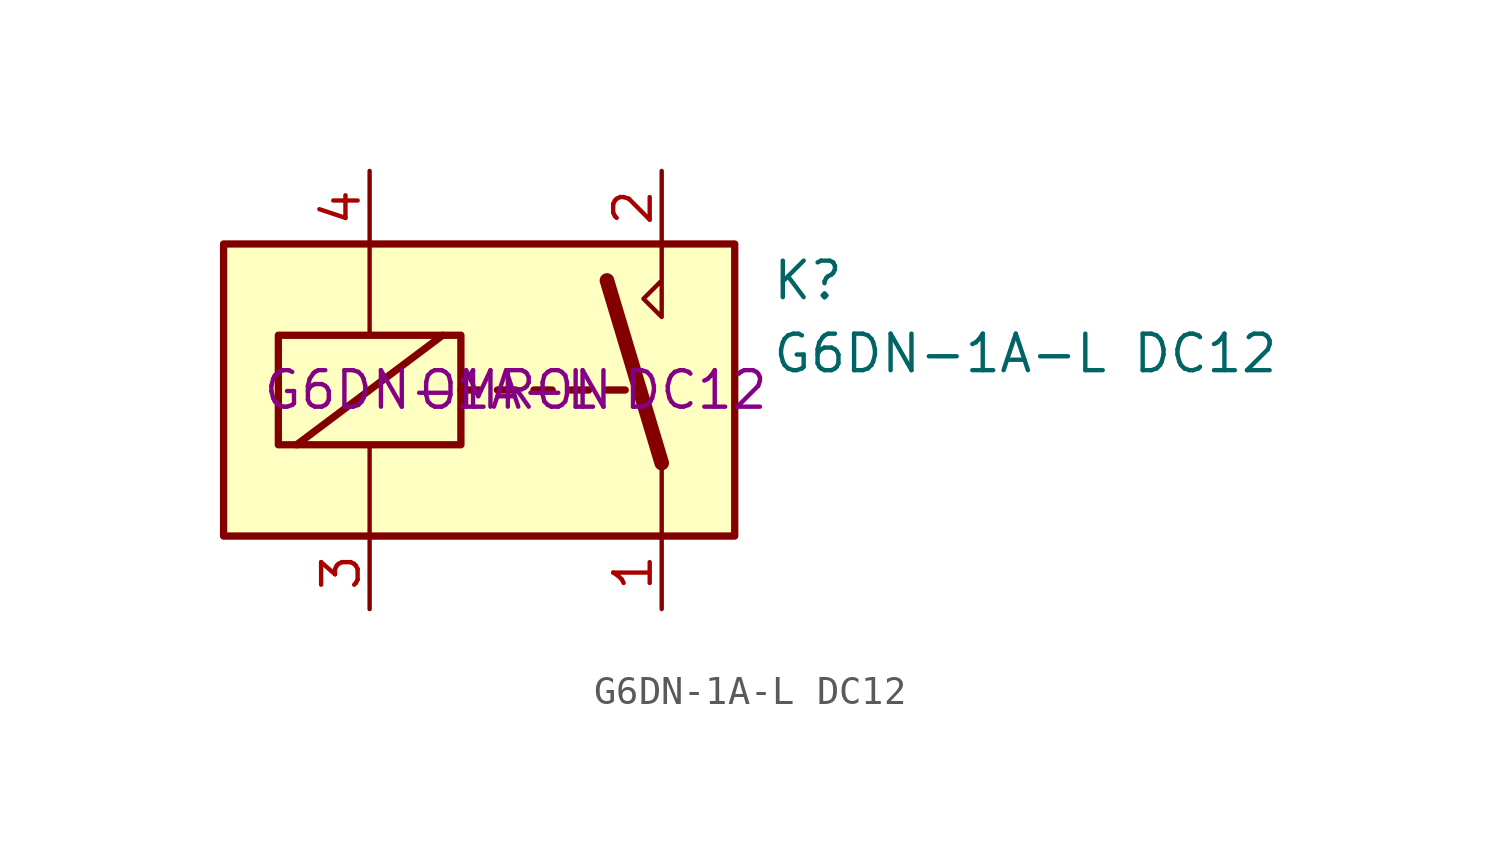
<source format=kicad_sym>
(kicad_symbol_lib
  (version 20231120)
  (generator "kicad_symbol_editor")
  (generator_version "8.0")
  (symbol "G6DN-1A-L DC12"
    (property "Reference" "K"
      (at 8.89 3.81 0)
      (effects (font (size 1.27 1.27)) (justify left)))
    (property "Value" "G6DN-1A-L DC12"
      (at 8.89 1.27 0)
      (effects (font (size 1.27 1.27)) (justify left)))
    (property "MPN" "G6DN-1A-L DC12"
      (at 0 0 0)
      (effects (font (size 1.27 1.27))))
    (property "Manufacturer" "OMRON"
      (at 0 0 0)
      (effects (font (size 1.27 1.27))))
    (symbol "G6DN-1A-L DC12_0_0"
      (polyline (pts (xy 5.08 5.08) (xy 5.08 2.54) (xy 4.445 3.175) (xy 5.08 3.81)) (stroke (width 0) (type default)) (fill (type none))))
    (symbol "G6DN-1A-L DC12_0_1"
      (rectangle (start -10.16 5.08) (end 7.62 -5.08) (stroke (width 0.254) (type default)) (fill (type background)))
      (rectangle (start -8.255 1.905) (end -1.905 -1.905) (stroke (width 0.254) (type default)) (fill (type none)))
      (polyline (pts (xy -7.62 -1.905) (xy -2.54 1.905)) (stroke (width 0.254) (type default)) (fill (type none)))
      (polyline (pts (xy -5.08 -5.08) (xy -5.08 -1.905)) (stroke (width 0) (type default)) (fill (type none)))
      (polyline (pts (xy -5.08 5.08) (xy -5.08 1.905)) (stroke (width 0) (type default)) (fill (type none)))
      (polyline (pts (xy -1.905 0) (xy -1.27 0)) (stroke (width 0.254) (type default)) (fill (type none)))
      (polyline (pts (xy -0.635 0) (xy 0 0)) (stroke (width 0.254) (type default)) (fill (type none)))
      (polyline (pts (xy 0.635 0) (xy 1.27 0)) (stroke (width 0.254) (type default)) (fill (type none)))
      (polyline (pts (xy 1.905 0) (xy 2.54 0)) (stroke (width 0.254) (type default)) (fill (type none)))
      (polyline (pts (xy 3.175 0) (xy 3.81 0)) (stroke (width 0.254) (type default)) (fill (type none)))
      (polyline (pts (xy 5.08 -2.54) (xy 3.175 3.81)) (stroke (width 0.508) (type default)) (fill (type none)))
      (polyline (pts (xy 5.08 -2.54) (xy 5.08 -5.08)) (stroke (width 0) (type default)) (fill (type none))))
    (symbol "G6DN-1A-L DC12_1_1"
      (pin passive line (at 5.08 -7.62 90) (length 2.54) (name "~" (effects (font (size 1.27 1.27)))) (number "1" (effects (font (size 1.27 1.27)))))
      (pin passive line (at 5.08 7.62 270) (length 2.54) (name "~" (effects (font (size 1.27 1.27)))) (number "2" (effects (font (size 1.27 1.27)))))
      (pin passive line (at -5.08 -7.62 90) (length 2.54) (name "~" (effects (font (size 1.27 1.27)))) (number "3" (effects (font (size 1.27 1.27)))))
      (pin passive line (at -5.08 7.62 270) (length 2.54) (name "~" (effects (font (size 1.27 1.27)))) (number "4" (effects (font (size 1.27 1.27))))))))
</source>
